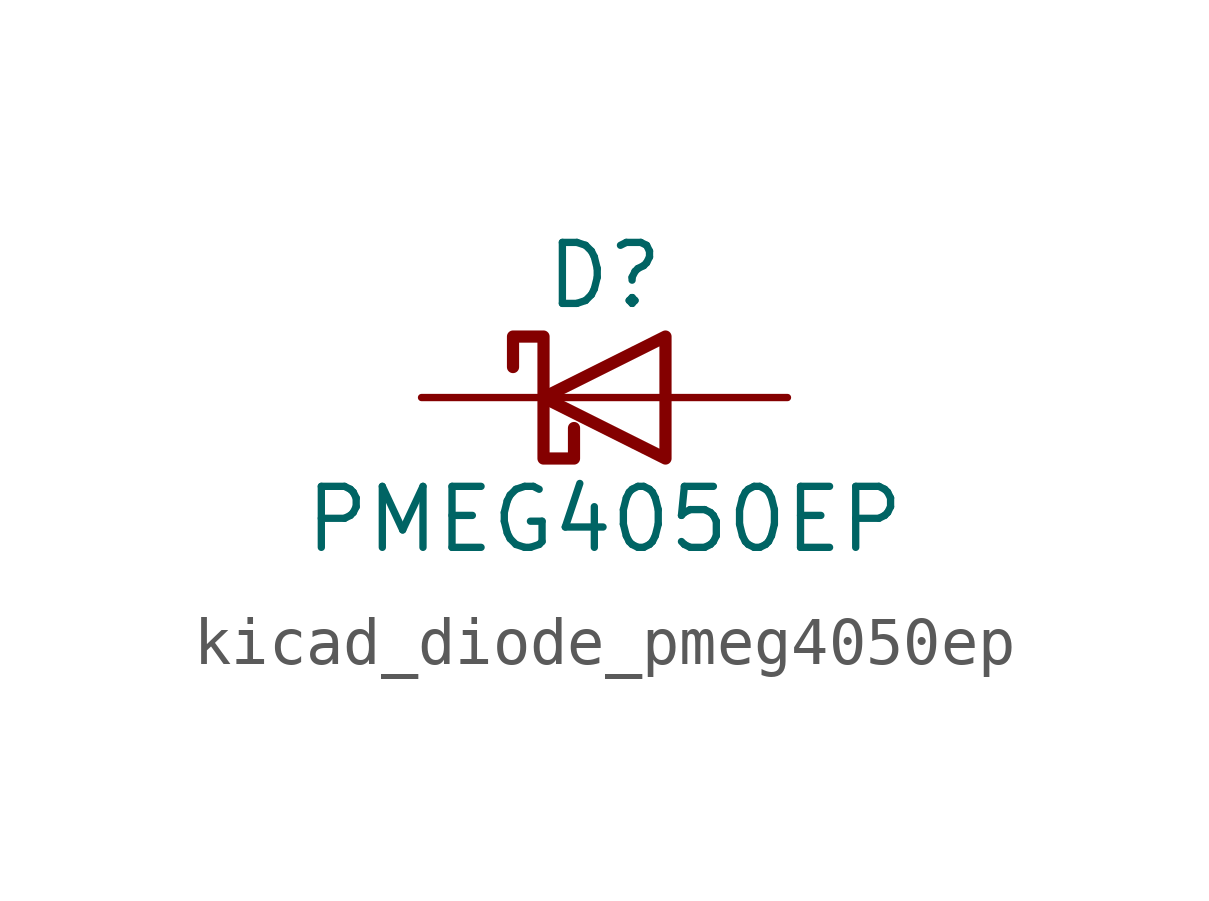
<source format=kicad_sym>
(kicad_symbol_lib
  (version 20220914)
  (generator kicad_symbol_editor)
  (symbol "kicad_diode_pmeg4050ep"
    (pin_numbers hide)
    (pin_names hide)
    (property "Reference" "D"
      (at 0 2.54 0)
      (effects (font (size 1.27 1.27))))
    (property "Value" "PMEG4050EP"
      (at 0 -2.54 0)
      (effects (font (size 1.27 1.27))))
    (symbol "kicad_diode_pmeg4050ep_0_1"
      (polyline (pts (xy 1.27 0) (xy -1.27 0)) (stroke (width 0) (type default)) (fill (type none)))
      (polyline (pts (xy 1.27 1.27) (xy 1.27 -1.27) (xy -1.27 0) (xy 1.27 1.27)) (stroke (width 0.254) (type default)) (fill (type none)))
      (polyline (pts (xy -1.905 0.635) (xy -1.905 1.27) (xy -1.27 1.27) (xy -1.27 -1.27) (xy -0.635 -1.27) (xy -0.635 -0.635)) (stroke (width 0.254) (type default)) (fill (type none))))
    (symbol "kicad_diode_pmeg4050ep_1_1"
      (pin passive line (at -3.81 0 0) (length 2.54) (name "K" (effects (font (size 1.27 1.27)))) (number "1" (effects (font (size 1.27 1.27)))))
      (pin passive line (at 3.81 0 180) (length 2.54) (name "A" (effects (font (size 1.27 1.27)))) (number "2" (effects (font (size 1.27 1.27))))))))
</source>
